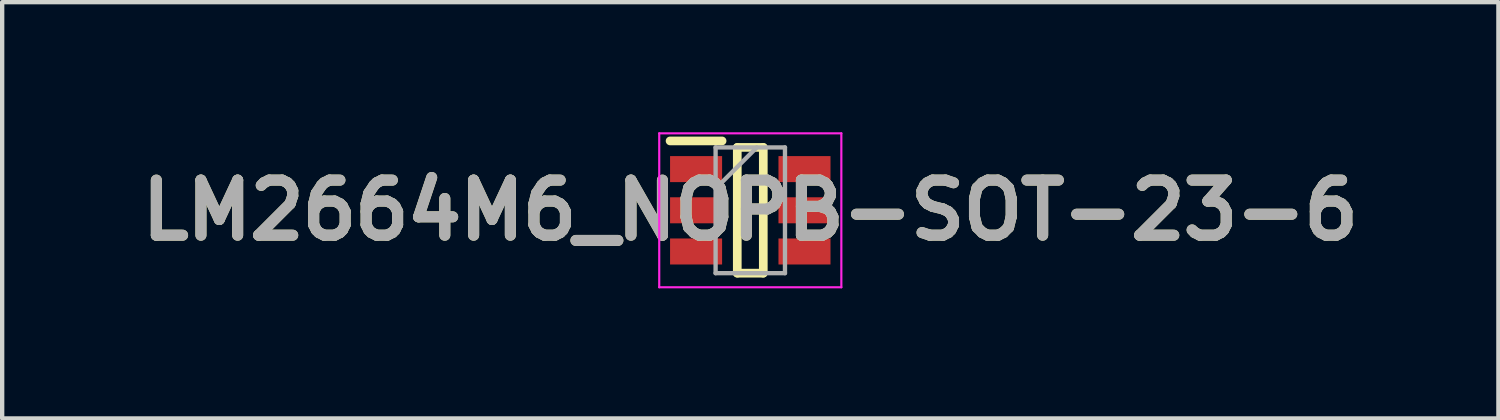
<source format=kicad_pcb>
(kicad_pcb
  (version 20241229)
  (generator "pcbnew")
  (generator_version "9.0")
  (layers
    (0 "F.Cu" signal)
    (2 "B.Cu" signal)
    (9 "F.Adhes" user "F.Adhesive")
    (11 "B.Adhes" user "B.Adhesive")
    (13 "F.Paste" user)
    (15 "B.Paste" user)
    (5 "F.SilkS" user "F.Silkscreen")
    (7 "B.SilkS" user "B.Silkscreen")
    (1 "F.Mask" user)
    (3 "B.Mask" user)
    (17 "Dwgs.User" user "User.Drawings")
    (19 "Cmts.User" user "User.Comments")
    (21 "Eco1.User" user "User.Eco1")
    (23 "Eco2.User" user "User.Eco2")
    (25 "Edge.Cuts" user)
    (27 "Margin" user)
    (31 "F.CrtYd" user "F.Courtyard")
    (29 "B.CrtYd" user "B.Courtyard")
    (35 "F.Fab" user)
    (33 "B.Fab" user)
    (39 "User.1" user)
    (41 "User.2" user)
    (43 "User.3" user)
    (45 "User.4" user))
  (footprint "LM2664M6_NOPB-SOT-23-6"
    (layer "F.Cu")
    (at 14.254 1.8)
    (property "Reference" "LM2664M6_NOPB-SOT-23-6" (at 0 0 0) (layer "F.SilkS") (effects (font (size 1.27 1.27) (thickness 0.254))))
    (attr smd)
    (fp_line (start -1.85 -1.6) (end -0.65 -1.6) (stroke (width 0.2) (type solid)) (layer "F.SilkS"))
    (fp_line (start -0.3 -1.45) (end 0.3 -1.45) (stroke (width 0.2) (type solid)) (layer "F.SilkS"))
    (fp_line (start -0.3 1.45) (end -0.3 -1.45) (stroke (width 0.2) (type solid)) (layer "F.SilkS"))
    (fp_line (start 0.3 -1.45) (end 0.3 1.45) (stroke (width 0.2) (type solid)) (layer "F.SilkS"))
    (fp_line (start 0.3 1.45) (end -0.3 1.45) (stroke (width 0.2) (type solid)) (layer "F.SilkS"))
    (fp_line (start -2.1 -1.775) (end 2.1 -1.775) (stroke (width 0.05) (type solid)) (layer "F.CrtYd"))
    (fp_line (start -2.1 1.775) (end -2.1 -1.775) (stroke (width 0.05) (type solid)) (layer "F.CrtYd"))
    (fp_line (start 2.1 -1.775) (end 2.1 1.775) (stroke (width 0.05) (type solid)) (layer "F.CrtYd"))
    (fp_line (start 2.1 1.775) (end -2.1 1.775) (stroke (width 0.05) (type solid)) (layer "F.CrtYd"))
    (fp_line (start -0.8 -1.45) (end 0.8 -1.45) (stroke (width 0.1) (type solid)) (layer "F.Fab"))
    (fp_line (start -0.8 -0.5) (end 0.15 -1.45) (stroke (width 0.1) (type solid)) (layer "F.Fab"))
    (fp_line (start -0.8 1.45) (end -0.8 -1.45) (stroke (width 0.1) (type solid)) (layer "F.Fab"))
    (fp_line (start 0.8 -1.45) (end 0.8 1.45) (stroke (width 0.1) (type solid)) (layer "F.Fab"))
    (fp_line (start 0.8 1.45) (end -0.8 1.45) (stroke (width 0.1) (type solid)) (layer "F.Fab"))
    (fp_text user "${REFERENCE}" (at 0 0 0) (layer "F.Fab") (effects (font (size 1.27 1.27) (thickness 0.254))))
    (pad "1" smd rect (at -1.25 -0.95 90) (size 0.6 1.2) (layers "F.Cu" "F.Mask" "F.Paste"))
    (pad "2" smd rect (at -1.25 0 90) (size 0.6 1.2) (layers "F.Cu" "F.Mask" "F.Paste"))
    (pad "3" smd rect (at -1.25 0.95 90) (size 0.6 1.2) (layers "F.Cu" "F.Mask" "F.Paste"))
    (pad "4" smd rect (at 1.25 0.95 90) (size 0.6 1.2) (layers "F.Cu" "F.Mask" "F.Paste"))
    (pad "5" smd rect (at 1.25 0 90) (size 0.6 1.2) (layers "F.Cu" "F.Mask" "F.Paste"))
    (pad "6" smd rect (at 1.25 -0.95 90) (size 0.6 1.2) (layers "F.Cu" "F.Mask" "F.Paste")))
  (gr_rect
    (start -3 -3)
    (end 31.508 6.6)
    (stroke (width 0.1) (type default))
    (fill no)
    (layer "Edge.Cuts")))
</source>
